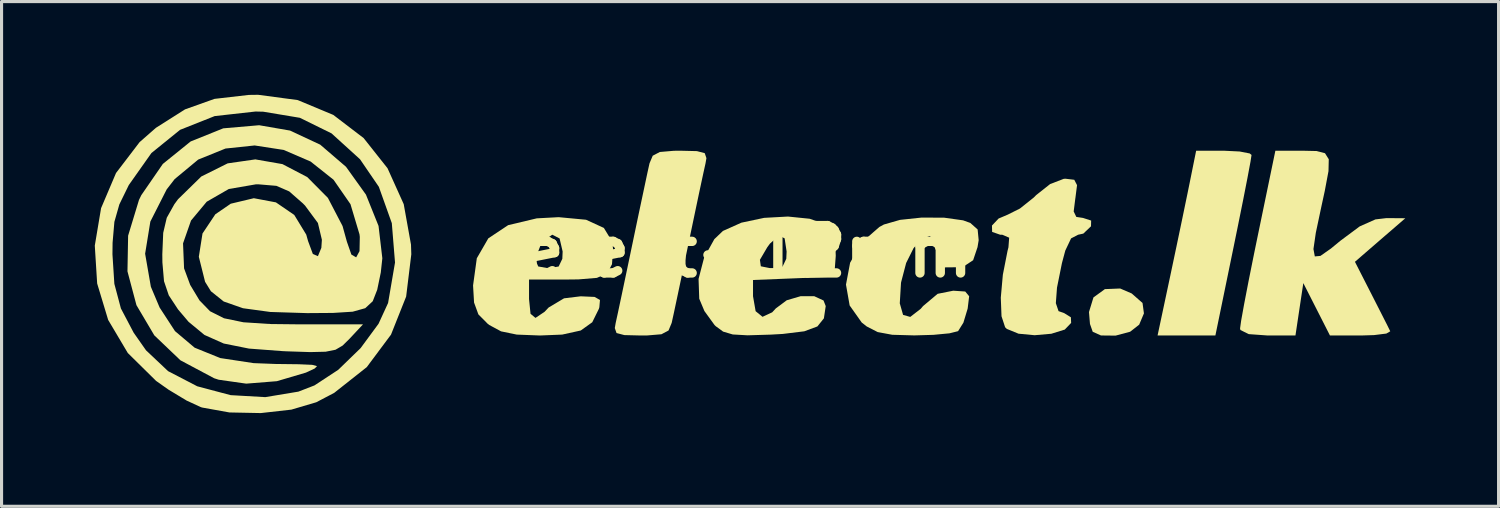
<source format=kicad_pcb>
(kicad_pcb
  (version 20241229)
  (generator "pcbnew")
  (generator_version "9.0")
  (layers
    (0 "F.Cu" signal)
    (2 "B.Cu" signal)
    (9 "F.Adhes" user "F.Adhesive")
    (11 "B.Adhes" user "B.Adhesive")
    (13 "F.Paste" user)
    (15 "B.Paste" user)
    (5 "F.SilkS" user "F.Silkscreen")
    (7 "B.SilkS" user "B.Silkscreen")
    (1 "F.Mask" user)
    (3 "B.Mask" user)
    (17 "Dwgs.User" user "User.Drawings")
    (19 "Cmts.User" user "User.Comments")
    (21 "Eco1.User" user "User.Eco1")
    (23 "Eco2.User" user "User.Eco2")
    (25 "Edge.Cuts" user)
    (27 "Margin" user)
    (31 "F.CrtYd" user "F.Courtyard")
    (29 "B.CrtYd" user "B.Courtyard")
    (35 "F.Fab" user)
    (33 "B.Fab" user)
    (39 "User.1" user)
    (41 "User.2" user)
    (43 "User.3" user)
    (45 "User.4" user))
  (footprint "elect-12mm"
    (layer "F.Cu")
    (at 20.997 5.042)
    (property "Reference" "elect-12mm" (at 0 0 0) (layer "F.SilkS") (effects (font (size 1.524 1.524) (thickness 0.3))))
    (attr board_only exclude_from_pos_files exclude_from_bom)
    (fp_poly (pts (xy 12.364 1.35) (xy 12.712 1.656) (xy 12.757 1.991) (xy 12.604 2.354) (xy 12.313 2.581) (xy 11.845 2.706) (xy 11.375 2.701) (xy 11.109 2.582) (xy 11.021 2.33) (xy 10.989 1.947) (xy 11.133 1.477) (xy 11.501 1.21) (xy 11.993 1.19)) (stroke (width 0) (type solid)) (fill yes) (layer "F.SilkS"))
    (fp_poly (pts (xy 15.836 -3.218) (xy 16.16 -3.155) (xy 16.219 -3.107) (xy 16.186 -2.893) (xy 16.092 -2.389) (xy 15.949 -1.658) (xy 15.768 -0.762) (xy 15.64 -0.135) (xy 15.056 2.702) (xy 13.196 2.702) (xy 13.608 0.766) (xy 13.803 -0.158) (xy 13.995 -1.076) (xy 14.156 -1.854) (xy 14.228 -2.207) (xy 14.437 -3.243) (xy 15.325 -3.243)) (stroke (width 0) (type solid)) (fill yes) (layer "F.SilkS"))
    (fp_poly (pts (xy -1.625 -3.23) (xy -1.373 -3.164) (xy -1.319 -3.004) (xy -1.348 -2.837) (xy -1.421 -2.507) (xy -1.549 -1.91) (xy -1.713 -1.13) (xy -1.893 -0.27) (xy -2.076 0.605) (xy -2.24 1.382) (xy -2.366 1.975) (xy -2.437 2.297) (xy -2.538 2.541) (xy -2.766 2.662) (xy -3.219 2.7) (xy -3.43 2.702) (xy -3.96 2.689) (xy -4.211 2.623) (xy -4.267 2.463) (xy -4.238 2.297) (xy -4.166 1.967) (xy -4.039 1.369) (xy -3.875 0.59) (xy -3.695 -0.27) (xy -3.512 -1.145) (xy -3.347 -1.922) (xy -3.221 -2.516) (xy -3.15 -2.837) (xy -3.047 -3.082) (xy -2.818 -3.202) (xy -2.364 -3.241) (xy -2.155 -3.243)) (stroke (width 0) (type solid)) (fill yes) (layer "F.SilkS"))
    (fp_poly (pts (xy 18.308 -3.233) (xy 18.582 -3.163) (xy 18.704 -2.969) (xy 18.695 -2.586) (xy 18.576 -1.952) (xy 18.465 -1.441) (xy 18.287 -0.601) (xy 18.211 -0.079) (xy 18.255 0.158) (xy 18.436 0.141) (xy 18.773 -0.095) (xy 19.075 -0.344) (xy 19.699 -0.808) (xy 20.205 -1.033) (xy 20.561 -1.075) (xy 21.167 -1.07) (xy 20.356 -0.37) (xy 19.546 0.331) (xy 20.082 1.381) (xy 20.367 1.941) (xy 20.585 2.37) (xy 20.682 2.567) (xy 20.556 2.64) (xy 20.163 2.689) (xy 19.744 2.702) (xy 18.742 2.702) (xy 17.885 1.016) (xy 17.632 2.702) (xy 16.742 2.702) (xy 16.13 2.658) (xy 15.862 2.526) (xy 15.85 2.477) (xy 15.884 2.23) (xy 15.98 1.697) (xy 16.125 0.945) (xy 16.307 0.039) (xy 16.417 -0.495) (xy 16.986 -3.243) (xy 17.861 -3.243)) (stroke (width 0) (type solid)) (fill yes) (layer "F.SilkS"))
    (fp_poly (pts (xy 10.516 -2.308) (xy 10.605 -2.135) (xy 10.552 -1.72) (xy 10.55 -1.711) (xy 10.497 -1.289) (xy 10.582 -1.113) (xy 10.795 -1.081) (xy 11.059 -0.996) (xy 11.054 -0.811) (xy 10.807 -0.576) (xy 10.64 -0.54) (xy 10.413 -0.422) (xy 10.227 -0.03) (xy 10.119 0.374) (xy 9.96 1.163) (xy 9.923 1.662) (xy 10.01 1.918) (xy 10.191 1.982) (xy 10.407 2.116) (xy 10.415 2.297) (xy 10.211 2.511) (xy 9.778 2.646) (xy 9.24 2.693) (xy 8.722 2.644) (xy 8.346 2.49) (xy 8.291 2.437) (xy 8.175 2.083) (xy 8.152 1.485) (xy 8.218 0.748) (xy 8.37 -0.027) (xy 8.398 -0.135) (xy 8.421 -0.445) (xy 8.201 -0.539) (xy 8.133 -0.54) (xy 7.873 -0.631) (xy 7.868 -0.836) (xy 8.081 -1.061) (xy 8.377 -1.187) (xy 8.768 -1.383) (xy 9.21 -1.735) (xy 9.291 -1.816) (xy 9.739 -2.17) (xy 10.176 -2.338) (xy 10.232 -2.342)) (stroke (width 0) (type solid)) (fill yes) (layer "F.SilkS"))
    (fp_poly (pts (xy 6.332 -1.088) (xy 6.939 -1.003) (xy 7.172 -0.919) (xy 7.407 -0.709) (xy 7.44 -0.364) (xy 7.403 -0.14) (xy 7.262 0.28) (xy 6.988 0.461) (xy 6.704 0.507) (xy 6.304 0.511) (xy 6.148 0.367) (xy 6.125 0.112) (xy 6.052 -0.336) (xy 5.866 -0.498) (xy 5.615 -0.41) (xy 5.346 -0.109) (xy 5.107 0.369) (xy 4.945 0.988) (xy 4.941 1.012) (xy 4.902 1.668) (xy 5.008 2.039) (xy 5.239 2.104) (xy 5.576 1.843) (xy 5.65 1.756) (xy 6.12 1.361) (xy 6.622 1.261) (xy 7.008 1.287) (xy 7.134 1.439) (xy 7.087 1.827) (xy 7.083 1.846) (xy 6.949 2.289) (xy 6.78 2.559) (xy 6.772 2.564) (xy 6.501 2.632) (xy 5.984 2.681) (xy 5.369 2.699) (xy 4.661 2.679) (xy 4.191 2.592) (xy 3.838 2.411) (xy 3.678 2.285) (xy 3.289 1.736) (xy 3.171 1.065) (xy 3.304 0.361) (xy 3.669 -0.287) (xy 4.246 -0.79) (xy 4.391 -0.869) (xy 4.91 -1.018) (xy 5.606 -1.092)) (stroke (width 0) (type solid)) (fill yes) (layer "F.SilkS"))
    (fp_poly (pts (xy -5.192 -1.022) (xy -4.619 -0.759) (xy -4.348 -0.314) (xy -4.323 -0.077) (xy -4.357 0.408) (xy -4.507 0.7) (xy -4.842 0.848) (xy -5.436 0.897) (xy -5.784 0.901) (xy -7.026 0.901) (xy -7.026 1.531) (xy -6.978 2.004) (xy -6.819 2.136) (xy -6.527 1.94) (xy -6.395 1.801) (xy -5.9 1.506) (xy -5.364 1.441) (xy -4.916 1.461) (xy -4.744 1.559) (xy -4.764 1.793) (xy -4.78 1.846) (xy -4.992 2.276) (xy -5.362 2.541) (xy -5.96 2.673) (xy -6.675 2.702) (xy -7.421 2.673) (xy -7.926 2.569) (xy -8.306 2.364) (xy -8.352 2.329) (xy -8.656 2.023) (xy -8.795 1.642) (xy -8.827 1.092) (xy -8.711 0.251) (xy -6.83 0.251) (xy -6.73 0.481) (xy -6.395 0.54) (xy -6.073 0.482) (xy -5.955 0.235) (xy -5.945 0) (xy -6.043 -0.42) (xy -6.279 -0.541) (xy -6.564 -0.341) (xy -6.659 -0.192) (xy -6.83 0.251) (xy -8.711 0.251) (xy -8.707 0.218) (xy -8.336 -0.424) (xy -7.698 -0.848) (xy -6.777 -1.067) (xy -6.073 -1.105)) (stroke (width 0) (type solid)) (fill yes) (layer "F.SilkS"))
    (fp_poly (pts (xy 2.003 -1.054) (xy 2.53 -0.869) (xy 2.73 -0.689) (xy 2.824 -0.355) (xy 2.842 0.135) (xy 2.839 0.18) (xy 2.792 0.811) (xy 1.486 0.864) (xy 0.18 0.916) (xy 0.18 1.438) (xy 0.264 1.92) (xy 0.486 2.101) (xy 0.797 1.956) (xy 0.914 1.83) (xy 1.264 1.569) (xy 1.714 1.437) (xy 2.148 1.437) (xy 2.449 1.576) (xy 2.519 1.756) (xy 2.46 2.151) (xy 2.251 2.411) (xy 1.83 2.567) (xy 1.137 2.652) (xy 0.746 2.674) (xy 0.005 2.696) (xy -0.472 2.669) (xy -0.782 2.577) (xy -1.018 2.404) (xy -1.058 2.365) (xy -1.384 1.915) (xy -1.55 1.519) (xy -1.572 0.883) (xy -1.412 0.267) (xy 0.402 0.267) (xy 0.431 0.475) (xy 0.742 0.54) (xy 0.811 0.54) (xy 1.132 0.482) (xy 1.25 0.235) (xy 1.261 0) (xy 1.197 -0.424) (xy 1.014 -0.51) (xy 0.726 -0.255) (xy 0.641 -0.14) (xy 0.402 0.267) (xy -1.412 0.267) (xy -1.392 0.193) (xy -1.064 -0.398) (xy -0.788 -0.662) (xy -0.193 -0.928) (xy 0.539 -1.083) (xy 1.305 -1.125)) (stroke (width 0) (type solid)) (fill yes) (layer "F.SilkS"))
    (fp_poly (pts (xy -14.468 -4.872) (xy -13.324 -4.395) (xy -12.348 -3.65) (xy -11.579 -2.679) (xy -11.058 -1.524) (xy -10.824 -0.224) (xy -10.814 0.09) (xy -10.98 1.45) (xy -11.467 2.674) (xy -12.247 3.72) (xy -13.295 4.548) (xy -13.871 4.85) (xy -14.672 5.087) (xy -15.656 5.198) (xy -16.665 5.178) (xy -17.542 5.02) (xy -17.587 5.006) (xy -18.044 4.795) (xy -18.626 4.444) (xy -19.025 4.163) (xy -19.935 3.266) (xy -20.567 2.201) (xy -20.921 1.029) (xy -20.98 0.09) (xy -20.429 0.09) (xy -20.368 1.039) (xy -20.157 1.832) (xy -19.747 2.611) (xy -19.349 3.179) (xy -18.639 3.849) (xy -17.701 4.336) (xy -16.628 4.621) (xy -15.512 4.685) (xy -14.446 4.508) (xy -13.93 4.308) (xy -13.166 3.807) (xy -12.445 3.108) (xy -11.868 2.324) (xy -11.561 1.656) (xy -11.338 0.354) (xy -11.441 -0.912) (xy -11.858 -2.081) (xy -12.464 -2.968) (xy -13.381 -3.801) (xy -14.399 -4.302) (xy -15.576 -4.498) (xy -15.825 -4.504) (xy -17.14 -4.357) (xy -18.253 -3.915) (xy -19.175 -3.169) (xy -19.903 -2.138) (xy -20.207 -1.516) (xy -20.367 -0.954) (xy -20.425 -0.28) (xy -20.429 0.09) (xy -20.98 0.09) (xy -20.997 -0.19) (xy -20.795 -1.395) (xy -20.314 -2.526) (xy -19.555 -3.52) (xy -19.03 -3.98) (xy -18.094 -4.573) (xy -17.145 -4.911) (xy -16.043 -5.038) (xy -15.742 -5.042)) (stroke (width 0) (type solid)) (fill yes) (layer "F.SilkS"))
    (fp_poly (pts (xy -14.715 -3.891) (xy -13.745 -3.438) (xy -12.915 -2.726) (xy -12.273 -1.83) (xy -11.868 -0.823) (xy -11.746 0.218) (xy -11.796 0.677) (xy -11.911 1.231) (xy -12.055 1.6) (xy -12.295 1.823) (xy -12.699 1.936) (xy -13.334 1.976) (xy -14.165 1.982) (xy -15.35 1.945) (xy -16.229 1.825) (xy -16.85 1.608) (xy -17.261 1.279) (xy -17.449 0.974) (xy -17.65 0.169) (xy -17.532 -0.579) (xy -17.119 -1.198) (xy -16.623 -1.538) (xy -15.88 -1.715) (xy -15.17 -1.581) (xy -14.58 -1.177) (xy -14.194 -0.544) (xy -14.136 -0.338) (xy -13.982 0.078) (xy -13.819 0.15) (xy -13.708 -0.118) (xy -13.691 -0.378) (xy -13.819 -0.918) (xy -14.233 -1.478) (xy -14.303 -1.549) (xy -14.742 -1.934) (xy -15.155 -2.113) (xy -15.723 -2.161) (xy -15.81 -2.162) (xy -16.686 -2.011) (xy -17.396 -1.602) (xy -17.901 -0.997) (xy -18.158 -0.262) (xy -18.125 0.542) (xy -17.928 1.074) (xy -17.629 1.572) (xy -17.289 1.922) (xy -16.839 2.148) (xy -16.214 2.277) (xy -15.345 2.333) (xy -14.536 2.342) (xy -12.367 2.342) (xy -12.804 2.81) (xy -13.025 3.027) (xy -13.252 3.16) (xy -13.57 3.224) (xy -14.065 3.236) (xy -14.823 3.211) (xy -14.952 3.205) (xy -16.037 3.123) (xy -16.849 2.96) (xy -17.469 2.684) (xy -17.981 2.261) (xy -18.32 1.861) (xy -18.617 1.409) (xy -18.77 0.957) (xy -18.822 0.353) (xy -18.825 0.09) (xy -18.796 -0.6) (xy -18.682 -1.085) (xy -18.438 -1.52) (xy -18.32 -1.681) (xy -17.571 -2.413) (xy -16.722 -2.836) (xy -15.832 -2.964) (xy -14.96 -2.812) (xy -14.162 -2.395) (xy -13.498 -1.726) (xy -13.026 -0.82) (xy -12.886 -0.315) (xy -12.742 0.098) (xy -12.588 0.188) (xy -12.48 -0.012) (xy -12.471 -0.47) (xy -12.481 -0.553) (xy -12.771 -1.523) (xy -13.316 -2.309) (xy -14.054 -2.895) (xy -14.92 -3.268) (xy -15.854 -3.412) (xy -16.792 -3.313) (xy -17.671 -2.957) (xy -18.428 -2.329) (xy -18.685 -1.997) (xy -19.21 -0.963) (xy -19.378 0.071) (xy -19.193 1.135) (xy -18.912 1.801) (xy -18.417 2.561) (xy -17.785 3.094) (xy -16.961 3.428) (xy -15.888 3.591) (xy -15.186 3.618) (xy -14.436 3.627) (xy -14.004 3.646) (xy -13.847 3.688) (xy -13.922 3.764) (xy -14.187 3.888) (xy -14.214 3.899) (xy -15.139 4.172) (xy -16.125 4.251) (xy -17.012 4.125) (xy -17.159 4.077) (xy -18.242 3.5) (xy -19.082 2.698) (xy -19.657 1.726) (xy -19.946 0.638) (xy -19.925 -0.509) (xy -19.575 -1.661) (xy -19.5 -1.814) (xy -18.808 -2.818) (xy -17.913 -3.541) (xy -16.864 -3.963) (xy -15.709 -4.063)) (stroke (width 0) (type solid)) (fill yes) (layer "F.SilkS")))
  (gr_rect
    (start -3 -3)
    (end 45.164 13.24)
    (stroke (width 0.1) (type default))
    (fill no)
    (layer "Edge.Cuts")))
</source>
